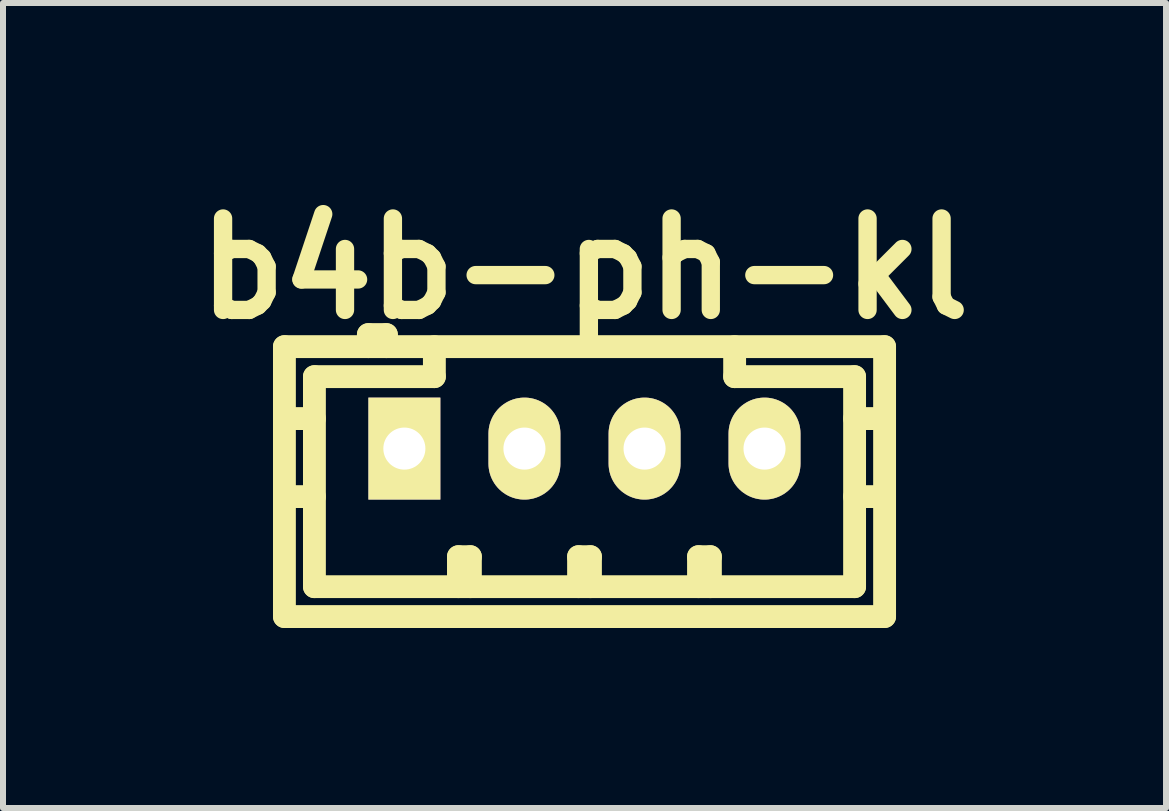
<source format=kicad_pcb>
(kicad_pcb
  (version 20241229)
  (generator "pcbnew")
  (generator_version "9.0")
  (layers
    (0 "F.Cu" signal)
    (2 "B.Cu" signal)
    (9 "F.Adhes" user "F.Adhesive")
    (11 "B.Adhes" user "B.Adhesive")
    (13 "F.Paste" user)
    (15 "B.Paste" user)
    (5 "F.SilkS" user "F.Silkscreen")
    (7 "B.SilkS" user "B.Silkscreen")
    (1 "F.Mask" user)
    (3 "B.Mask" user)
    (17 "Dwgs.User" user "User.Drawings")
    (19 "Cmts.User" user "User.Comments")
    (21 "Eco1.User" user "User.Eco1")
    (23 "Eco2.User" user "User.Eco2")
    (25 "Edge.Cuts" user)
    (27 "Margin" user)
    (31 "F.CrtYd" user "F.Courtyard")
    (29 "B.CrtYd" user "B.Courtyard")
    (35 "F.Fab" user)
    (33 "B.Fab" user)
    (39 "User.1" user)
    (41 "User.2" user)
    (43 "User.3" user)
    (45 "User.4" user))
  (footprint "b4b-ph-kl"
    (layer "F.Cu")
    (at 6.691 4.426)
    (property "Reference" "b4b-ph-kl" (at 0 -3 0) (layer "F.SilkS") (effects (font (size 1.524 1.524) (thickness 0.305))))
    (attr through_hole)
    (fp_line (start -5.001 -1.699) (end -5.001 2.799) (stroke (width 0.381) (type solid)) (layer "F.SilkS"))
    (fp_line (start -5.001 -1.699) (end 5.001 -1.699) (stroke (width 0.381) (type solid)) (layer "F.SilkS"))
    (fp_line (start -5.001 2.799) (end 5.001 2.799) (stroke (width 0.381) (type solid)) (layer "F.SilkS"))
    (fp_line (start -4.501 -1.199) (end -4.501 2.301) (stroke (width 0.381) (type solid)) (layer "F.SilkS"))
    (fp_line (start -4.501 -0.5) (end -5.001 -0.5) (stroke (width 0.381) (type solid)) (layer "F.SilkS"))
    (fp_line (start -4.501 0.8) (end -5.001 0.8) (stroke (width 0.381) (type solid)) (layer "F.SilkS"))
    (fp_line (start -3.602 -1.9) (end -3.602 -1.699) (stroke (width 0.381) (type solid)) (layer "F.SilkS"))
    (fp_line (start -3.302 -1.9) (end -3.602 -1.9) (stroke (width 0.381) (type solid)) (layer "F.SilkS"))
    (fp_line (start -3.302 -1.699) (end -3.302 -1.9) (stroke (width 0.381) (type solid)) (layer "F.SilkS"))
    (fp_line (start -2.502 -1.699) (end -2.502 -1.199) (stroke (width 0.381) (type solid)) (layer "F.SilkS"))
    (fp_line (start -2.502 -1.199) (end -4.501 -1.199) (stroke (width 0.381) (type solid)) (layer "F.SilkS"))
    (fp_line (start -2.101 1.801) (end -1.902 1.801) (stroke (width 0.381) (type solid)) (layer "F.SilkS"))
    (fp_line (start -2.101 2.301) (end -2.101 1.801) (stroke (width 0.381) (type solid)) (layer "F.SilkS"))
    (fp_line (start -1.902 1.801) (end -1.902 2.301) (stroke (width 0.381) (type solid)) (layer "F.SilkS"))
    (fp_line (start -0.099 1.801) (end 0.099 1.801) (stroke (width 0.381) (type solid)) (layer "F.SilkS"))
    (fp_line (start -0.099 2.301) (end -0.099 1.801) (stroke (width 0.381) (type solid)) (layer "F.SilkS"))
    (fp_line (start 0.099 1.801) (end 0.099 2.301) (stroke (width 0.381) (type solid)) (layer "F.SilkS"))
    (fp_line (start 1.9 1.801) (end 2.098 1.801) (stroke (width 0.381) (type solid)) (layer "F.SilkS"))
    (fp_line (start 1.9 2.301) (end 1.9 1.801) (stroke (width 0.381) (type solid)) (layer "F.SilkS"))
    (fp_line (start 2.098 1.801) (end 2.098 2.301) (stroke (width 0.381) (type solid)) (layer "F.SilkS"))
    (fp_line (start 2.502 -1.199) (end 2.502 -1.699) (stroke (width 0.381) (type solid)) (layer "F.SilkS"))
    (fp_line (start 4.501 -1.199) (end 2.502 -1.199) (stroke (width 0.381) (type solid)) (layer "F.SilkS"))
    (fp_line (start 4.501 0.8) (end 5.001 0.8) (stroke (width 0.381) (type solid)) (layer "F.SilkS"))
    (fp_line (start 4.501 2.301) (end -4.501 2.301) (stroke (width 0.381) (type solid)) (layer "F.SilkS"))
    (fp_line (start 4.501 2.301) (end 4.501 -1.199) (stroke (width 0.381) (type solid)) (layer "F.SilkS"))
    (fp_line (start 5.001 -1.699) (end 5.001 2.799) (stroke (width 0.381) (type solid)) (layer "F.SilkS"))
    (fp_line (start 5.001 -0.5) (end 4.501 -0.5) (stroke (width 0.381) (type solid)) (layer "F.SilkS"))
    (pad "1" thru_hole rect (at -3.002 0) (size 1.199 1.699) (drill 0.701) (layers "*.Cu" "*.Mask" "F.SilkS"))
    (pad "2" thru_hole oval (at -1.001 0) (size 1.199 1.699) (drill 0.701) (layers "*.Cu" "*.Mask" "F.SilkS"))
    (pad "3" thru_hole oval (at 1.001 0) (size 1.199 1.699) (drill 0.701) (layers "*.Cu" "*.Mask" "F.SilkS"))
    (pad "4" thru_hole oval (at 3 0) (size 1.199 1.699) (drill 0.701) (layers "*.Cu" "*.Mask" "F.SilkS")))
  (gr_rect
    (start -3 -3)
    (end 16.382 10.416)
    (stroke (width 0.1) (type default))
    (fill no)
    (layer "Edge.Cuts")))
</source>
